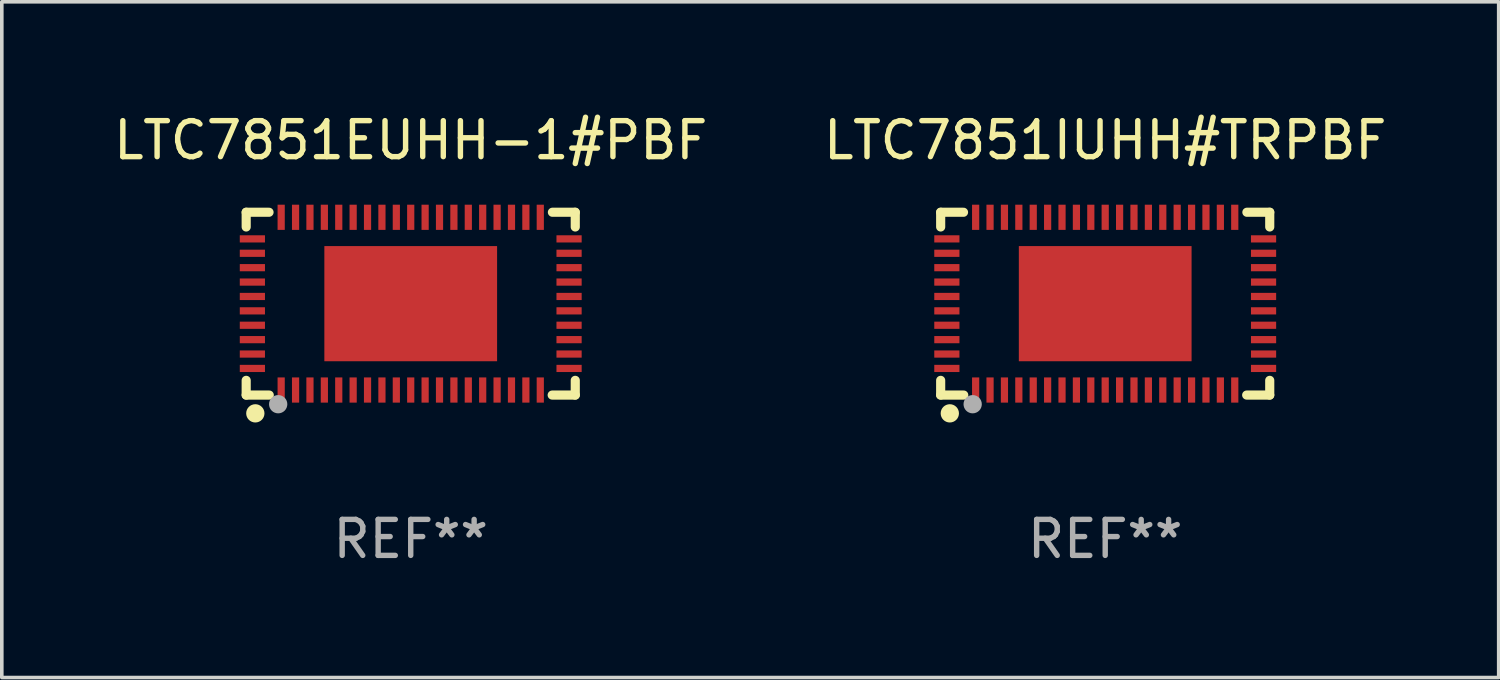
<source format=kicad_pcb>
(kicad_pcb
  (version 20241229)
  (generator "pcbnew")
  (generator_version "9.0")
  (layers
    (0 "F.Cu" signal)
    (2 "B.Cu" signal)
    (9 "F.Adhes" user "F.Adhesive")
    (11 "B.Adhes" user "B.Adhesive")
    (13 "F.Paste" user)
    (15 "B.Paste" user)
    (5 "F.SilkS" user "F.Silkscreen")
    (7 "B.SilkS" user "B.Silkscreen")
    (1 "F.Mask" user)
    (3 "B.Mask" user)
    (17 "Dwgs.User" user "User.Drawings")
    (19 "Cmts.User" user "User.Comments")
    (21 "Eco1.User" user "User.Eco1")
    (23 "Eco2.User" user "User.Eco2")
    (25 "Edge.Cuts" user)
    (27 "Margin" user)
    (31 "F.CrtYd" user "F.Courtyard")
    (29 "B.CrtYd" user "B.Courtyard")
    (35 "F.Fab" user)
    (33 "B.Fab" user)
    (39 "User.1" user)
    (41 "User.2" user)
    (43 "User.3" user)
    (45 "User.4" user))
  (footprint "LTC7851EUHH-1#PBF"
    (layer "F.Cu")
    (at 8.363 5.388)
    (property "Reference" "LTC7851EUHH-1#PBF" (at 0 -4.54 0) (layer "F.SilkS") (effects (font (size 1 1) (thickness 0.15))))
    (attr through_hole)
    (fp_line (start -4.572 -2.54) (end -4.572 -2.131) (stroke (width 0.254) (type solid)) (layer "F.SilkS"))
    (fp_line (start -4.572 2.131) (end -4.572 2.54) (stroke (width 0.254) (type solid)) (layer "F.SilkS"))
    (fp_line (start -4.572 2.54) (end -3.931 2.54) (stroke (width 0.254) (type solid)) (layer "F.SilkS"))
    (fp_line (start -3.937 -2.54) (end -4.572 -2.54) (stroke (width 0.254) (type solid)) (layer "F.SilkS"))
    (fp_line (start 3.931 2.54) (end 4.572 2.54) (stroke (width 0.254) (type solid)) (layer "F.SilkS"))
    (fp_line (start 4.572 -2.54) (end 3.937 -2.54) (stroke (width 0.254) (type solid)) (layer "F.SilkS"))
    (fp_line (start 4.572 -2.131) (end 4.572 -2.54) (stroke (width 0.254) (type solid)) (layer "F.SilkS"))
    (fp_line (start 4.572 2.54) (end 4.572 2.131) (stroke (width 0.254) (type solid)) (layer "F.SilkS"))
    (fp_circle (center -4.501 2.501) (end -4.471 2.501) (stroke (width 0.06) (type solid)) (fill no) (layer "F.SilkS"))
    (fp_circle (center -4.318 3.048) (end -4.191 3.048) (stroke (width 0.254) (type solid)) (fill no) (layer "F.SilkS"))
    (fp_circle (center -3.683 2.794) (end -3.556 2.794) (stroke (width 0.254) (type solid)) (fill no) (layer "F.Fab"))
    (fp_text user "REF**" (at 0 6.54 0) (layer "F.Fab") (effects (font (size 1 1) (thickness 0.15))))
    (pad "1" smd rect (at -3.6 2.4) (size 0.2 0.7) (layers "F.Cu" "F.Mask" "F.Paste"))
    (pad "2" smd rect (at -3.2 2.4) (size 0.2 0.7) (layers "F.Cu" "F.Mask" "F.Paste"))
    (pad "3" smd rect (at -2.8 2.4) (size 0.2 0.7) (layers "F.Cu" "F.Mask" "F.Paste"))
    (pad "4" smd rect (at -2.4 2.4) (size 0.2 0.7) (layers "F.Cu" "F.Mask" "F.Paste"))
    (pad "5" smd rect (at -2 2.4) (size 0.2 0.7) (layers "F.Cu" "F.Mask" "F.Paste"))
    (pad "6" smd rect (at -1.6 2.4) (size 0.2 0.7) (layers "F.Cu" "F.Mask" "F.Paste"))
    (pad "7" smd rect (at -1.2 2.4) (size 0.2 0.7) (layers "F.Cu" "F.Mask" "F.Paste"))
    (pad "8" smd rect (at -0.8 2.4) (size 0.2 0.7) (layers "F.Cu" "F.Mask" "F.Paste"))
    (pad "9" smd rect (at -0.4 2.4) (size 0.2 0.7) (layers "F.Cu" "F.Mask" "F.Paste"))
    (pad "10" smd rect (at -0.000076 2.4) (size 0.2 0.7) (layers "F.Cu" "F.Mask" "F.Paste"))
    (pad "11" smd rect (at 0.4 2.4) (size 0.2 0.7) (layers "F.Cu" "F.Mask" "F.Paste"))
    (pad "12" smd rect (at 0.8 2.4) (size 0.2 0.7) (layers "F.Cu" "F.Mask" "F.Paste"))
    (pad "13" smd rect (at 1.2 2.4) (size 0.2 0.7) (layers "F.Cu" "F.Mask" "F.Paste"))
    (pad "14" smd rect (at 1.6 2.4) (size 0.2 0.7) (layers "F.Cu" "F.Mask" "F.Paste"))
    (pad "15" smd rect (at 2 2.4) (size 0.2 0.7) (layers "F.Cu" "F.Mask" "F.Paste"))
    (pad "16" smd rect (at 2.4 2.4) (size 0.2 0.7) (layers "F.Cu" "F.Mask" "F.Paste"))
    (pad "17" smd rect (at 2.8 2.4) (size 0.2 0.7) (layers "F.Cu" "F.Mask" "F.Paste"))
    (pad "18" smd rect (at 3.2 2.4) (size 0.2 0.7) (layers "F.Cu" "F.Mask" "F.Paste"))
    (pad "19" smd rect (at 3.6 2.4) (size 0.2 0.7) (layers "F.Cu" "F.Mask" "F.Paste"))
    (pad "20" smd rect (at 4.4 1.8 90) (size 0.2 0.7) (layers "F.Cu" "F.Mask" "F.Paste"))
    (pad "21" smd rect (at 4.4 1.4 90) (size 0.2 0.7) (layers "F.Cu" "F.Mask" "F.Paste"))
    (pad "22" smd rect (at 4.4 1 90) (size 0.2 0.7) (layers "F.Cu" "F.Mask" "F.Paste"))
    (pad "23" smd rect (at 4.4 0.6 90) (size 0.2 0.7) (layers "F.Cu" "F.Mask" "F.Paste"))
    (pad "24" smd rect (at 4.4 0.2 90) (size 0.2 0.7) (layers "F.Cu" "F.Mask" "F.Paste"))
    (pad "25" smd rect (at 4.4 -0.2 90) (size 0.2 0.7) (layers "F.Cu" "F.Mask" "F.Paste"))
    (pad "26" smd rect (at 4.4 -0.6 90) (size 0.2 0.7) (layers "F.Cu" "F.Mask" "F.Paste"))
    (pad "27" smd rect (at 4.4 -1 90) (size 0.2 0.7) (layers "F.Cu" "F.Mask" "F.Paste"))
    (pad "28" smd rect (at 4.4 -1.4 90) (size 0.2 0.7) (layers "F.Cu" "F.Mask" "F.Paste"))
    (pad "29" smd rect (at 4.4 -1.8 90) (size 0.2 0.7) (layers "F.Cu" "F.Mask" "F.Paste"))
    (pad "30" smd rect (at 3.6 -2.4 180) (size 0.2 0.7) (layers "F.Cu" "F.Mask" "F.Paste"))
    (pad "31" smd rect (at 3.2 -2.4 180) (size 0.2 0.7) (layers "F.Cu" "F.Mask" "F.Paste"))
    (pad "32" smd rect (at 2.8 -2.4 180) (size 0.2 0.7) (layers "F.Cu" "F.Mask" "F.Paste"))
    (pad "33" smd rect (at 2.4 -2.4 180) (size 0.2 0.7) (layers "F.Cu" "F.Mask" "F.Paste"))
    (pad "34" smd rect (at 2 -2.4 180) (size 0.2 0.7) (layers "F.Cu" "F.Mask" "F.Paste"))
    (pad "35" smd rect (at 1.6 -2.4 180) (size 0.2 0.7) (layers "F.Cu" "F.Mask" "F.Paste"))
    (pad "36" smd rect (at 1.2 -2.4 180) (size 0.2 0.7) (layers "F.Cu" "F.Mask" "F.Paste"))
    (pad "37" smd rect (at 0.8 -2.4 180) (size 0.2 0.7) (layers "F.Cu" "F.Mask" "F.Paste"))
    (pad "38" smd rect (at 0.4 -2.4 180) (size 0.2 0.7) (layers "F.Cu" "F.Mask" "F.Paste"))
    (pad "39" smd rect (at -0.000076 -2.4 180) (size 0.2 0.7) (layers "F.Cu" "F.Mask" "F.Paste"))
    (pad "40" smd rect (at -0.4 -2.4 180) (size 0.2 0.7) (layers "F.Cu" "F.Mask" "F.Paste"))
    (pad "41" smd rect (at -0.8 -2.4 180) (size 0.2 0.7) (layers "F.Cu" "F.Mask" "F.Paste"))
    (pad "42" smd rect (at -1.2 -2.4 180) (size 0.2 0.7) (layers "F.Cu" "F.Mask" "F.Paste"))
    (pad "43" smd rect (at -1.6 -2.4 180) (size 0.2 0.7) (layers "F.Cu" "F.Mask" "F.Paste"))
    (pad "44" smd rect (at -2 -2.4 180) (size 0.2 0.7) (layers "F.Cu" "F.Mask" "F.Paste"))
    (pad "45" smd rect (at -2.4 -2.4 180) (size 0.2 0.7) (layers "F.Cu" "F.Mask" "F.Paste"))
    (pad "46" smd rect (at -2.8 -2.4 180) (size 0.2 0.7) (layers "F.Cu" "F.Mask" "F.Paste"))
    (pad "47" smd rect (at -3.2 -2.4 180) (size 0.2 0.7) (layers "F.Cu" "F.Mask" "F.Paste"))
    (pad "48" smd rect (at -3.6 -2.4 180) (size 0.2 0.7) (layers "F.Cu" "F.Mask" "F.Paste"))
    (pad "49" smd rect (at -4.4 -1.8 270) (size 0.2 0.7) (layers "F.Cu" "F.Mask" "F.Paste"))
    (pad "50" smd rect (at -4.4 -1.4 270) (size 0.2 0.7) (layers "F.Cu" "F.Mask" "F.Paste"))
    (pad "51" smd rect (at -4.4 -1 270) (size 0.2 0.7) (layers "F.Cu" "F.Mask" "F.Paste"))
    (pad "52" smd rect (at -4.4 -0.6 270) (size 0.2 0.7) (layers "F.Cu" "F.Mask" "F.Paste"))
    (pad "53" smd rect (at -4.4 -0.2 270) (size 0.2 0.7) (layers "F.Cu" "F.Mask" "F.Paste"))
    (pad "54" smd rect (at -4.4 0.2 270) (size 0.2 0.7) (layers "F.Cu" "F.Mask" "F.Paste"))
    (pad "55" smd rect (at -4.4 0.6 270) (size 0.2 0.7) (layers "F.Cu" "F.Mask" "F.Paste"))
    (pad "56" smd rect (at -4.4 1 270) (size 0.2 0.7) (layers "F.Cu" "F.Mask" "F.Paste"))
    (pad "57" smd rect (at -4.4 1.4 270) (size 0.2 0.7) (layers "F.Cu" "F.Mask" "F.Paste"))
    (pad "58" smd rect (at -4.4 1.8 270) (size 0.2 0.7) (layers "F.Cu" "F.Mask" "F.Paste"))
    (pad "59" smd rect (at -0.000076 0.000051 270) (size 3.2 4.8) (layers "F.Cu" "F.Mask" "F.Paste")))
  (footprint "LTC7851IUHH#TRPBF"
    (layer "F.Cu")
    (at 27.661 5.388)
    (property "Reference" "LTC7851IUHH#TRPBF" (at 0 -4.54 0) (layer "F.SilkS") (effects (font (size 1 1) (thickness 0.15))))
    (attr through_hole)
    (fp_line (start -4.572 -2.54) (end -4.572 -2.131) (stroke (width 0.254) (type solid)) (layer "F.SilkS"))
    (fp_line (start -4.572 2.131) (end -4.572 2.54) (stroke (width 0.254) (type solid)) (layer "F.SilkS"))
    (fp_line (start -4.572 2.54) (end -3.931 2.54) (stroke (width 0.254) (type solid)) (layer "F.SilkS"))
    (fp_line (start -3.937 -2.54) (end -4.572 -2.54) (stroke (width 0.254) (type solid)) (layer "F.SilkS"))
    (fp_line (start 3.931 2.54) (end 4.572 2.54) (stroke (width 0.254) (type solid)) (layer "F.SilkS"))
    (fp_line (start 4.572 -2.54) (end 3.937 -2.54) (stroke (width 0.254) (type solid)) (layer "F.SilkS"))
    (fp_line (start 4.572 -2.131) (end 4.572 -2.54) (stroke (width 0.254) (type solid)) (layer "F.SilkS"))
    (fp_line (start 4.572 2.54) (end 4.572 2.131) (stroke (width 0.254) (type solid)) (layer "F.SilkS"))
    (fp_circle (center -4.501 2.501) (end -4.471 2.501) (stroke (width 0.06) (type solid)) (fill no) (layer "F.SilkS"))
    (fp_circle (center -4.318 3.048) (end -4.191 3.048) (stroke (width 0.254) (type solid)) (fill no) (layer "F.SilkS"))
    (fp_circle (center -3.683 2.794) (end -3.556 2.794) (stroke (width 0.254) (type solid)) (fill no) (layer "F.Fab"))
    (fp_text user "REF**" (at 0 6.54 0) (layer "F.Fab") (effects (font (size 1 1) (thickness 0.15))))
    (pad "1" smd rect (at -3.6 2.4) (size 0.2 0.7) (layers "F.Cu" "F.Mask" "F.Paste"))
    (pad "2" smd rect (at -3.2 2.4) (size 0.2 0.7) (layers "F.Cu" "F.Mask" "F.Paste"))
    (pad "3" smd rect (at -2.8 2.4) (size 0.2 0.7) (layers "F.Cu" "F.Mask" "F.Paste"))
    (pad "4" smd rect (at -2.4 2.4) (size 0.2 0.7) (layers "F.Cu" "F.Mask" "F.Paste"))
    (pad "5" smd rect (at -2 2.4) (size 0.2 0.7) (layers "F.Cu" "F.Mask" "F.Paste"))
    (pad "6" smd rect (at -1.6 2.4) (size 0.2 0.7) (layers "F.Cu" "F.Mask" "F.Paste"))
    (pad "7" smd rect (at -1.2 2.4) (size 0.2 0.7) (layers "F.Cu" "F.Mask" "F.Paste"))
    (pad "8" smd rect (at -0.8 2.4) (size 0.2 0.7) (layers "F.Cu" "F.Mask" "F.Paste"))
    (pad "9" smd rect (at -0.4 2.4) (size 0.2 0.7) (layers "F.Cu" "F.Mask" "F.Paste"))
    (pad "10" smd rect (at -0.000076 2.4) (size 0.2 0.7) (layers "F.Cu" "F.Mask" "F.Paste"))
    (pad "11" smd rect (at 0.4 2.4) (size 0.2 0.7) (layers "F.Cu" "F.Mask" "F.Paste"))
    (pad "12" smd rect (at 0.8 2.4) (size 0.2 0.7) (layers "F.Cu" "F.Mask" "F.Paste"))
    (pad "13" smd rect (at 1.2 2.4) (size 0.2 0.7) (layers "F.Cu" "F.Mask" "F.Paste"))
    (pad "14" smd rect (at 1.6 2.4) (size 0.2 0.7) (layers "F.Cu" "F.Mask" "F.Paste"))
    (pad "15" smd rect (at 2 2.4) (size 0.2 0.7) (layers "F.Cu" "F.Mask" "F.Paste"))
    (pad "16" smd rect (at 2.4 2.4) (size 0.2 0.7) (layers "F.Cu" "F.Mask" "F.Paste"))
    (pad "17" smd rect (at 2.8 2.4) (size 0.2 0.7) (layers "F.Cu" "F.Mask" "F.Paste"))
    (pad "18" smd rect (at 3.2 2.4) (size 0.2 0.7) (layers "F.Cu" "F.Mask" "F.Paste"))
    (pad "19" smd rect (at 3.6 2.4) (size 0.2 0.7) (layers "F.Cu" "F.Mask" "F.Paste"))
    (pad "20" smd rect (at 4.4 1.8 90) (size 0.2 0.7) (layers "F.Cu" "F.Mask" "F.Paste"))
    (pad "21" smd rect (at 4.4 1.4 90) (size 0.2 0.7) (layers "F.Cu" "F.Mask" "F.Paste"))
    (pad "22" smd rect (at 4.4 1 90) (size 0.2 0.7) (layers "F.Cu" "F.Mask" "F.Paste"))
    (pad "23" smd rect (at 4.4 0.6 90) (size 0.2 0.7) (layers "F.Cu" "F.Mask" "F.Paste"))
    (pad "24" smd rect (at 4.4 0.2 90) (size 0.2 0.7) (layers "F.Cu" "F.Mask" "F.Paste"))
    (pad "25" smd rect (at 4.4 -0.2 90) (size 0.2 0.7) (layers "F.Cu" "F.Mask" "F.Paste"))
    (pad "26" smd rect (at 4.4 -0.6 90) (size 0.2 0.7) (layers "F.Cu" "F.Mask" "F.Paste"))
    (pad "27" smd rect (at 4.4 -1 90) (size 0.2 0.7) (layers "F.Cu" "F.Mask" "F.Paste"))
    (pad "28" smd rect (at 4.4 -1.4 90) (size 0.2 0.7) (layers "F.Cu" "F.Mask" "F.Paste"))
    (pad "29" smd rect (at 4.4 -1.8 90) (size 0.2 0.7) (layers "F.Cu" "F.Mask" "F.Paste"))
    (pad "30" smd rect (at 3.6 -2.4 180) (size 0.2 0.7) (layers "F.Cu" "F.Mask" "F.Paste"))
    (pad "31" smd rect (at 3.2 -2.4 180) (size 0.2 0.7) (layers "F.Cu" "F.Mask" "F.Paste"))
    (pad "32" smd rect (at 2.8 -2.4 180) (size 0.2 0.7) (layers "F.Cu" "F.Mask" "F.Paste"))
    (pad "33" smd rect (at 2.4 -2.4 180) (size 0.2 0.7) (layers "F.Cu" "F.Mask" "F.Paste"))
    (pad "34" smd rect (at 2 -2.4 180) (size 0.2 0.7) (layers "F.Cu" "F.Mask" "F.Paste"))
    (pad "35" smd rect (at 1.6 -2.4 180) (size 0.2 0.7) (layers "F.Cu" "F.Mask" "F.Paste"))
    (pad "36" smd rect (at 1.2 -2.4 180) (size 0.2 0.7) (layers "F.Cu" "F.Mask" "F.Paste"))
    (pad "37" smd rect (at 0.8 -2.4 180) (size 0.2 0.7) (layers "F.Cu" "F.Mask" "F.Paste"))
    (pad "38" smd rect (at 0.4 -2.4 180) (size 0.2 0.7) (layers "F.Cu" "F.Mask" "F.Paste"))
    (pad "39" smd rect (at -0.000076 -2.4 180) (size 0.2 0.7) (layers "F.Cu" "F.Mask" "F.Paste"))
    (pad "40" smd rect (at -0.4 -2.4 180) (size 0.2 0.7) (layers "F.Cu" "F.Mask" "F.Paste"))
    (pad "41" smd rect (at -0.8 -2.4 180) (size 0.2 0.7) (layers "F.Cu" "F.Mask" "F.Paste"))
    (pad "42" smd rect (at -1.2 -2.4 180) (size 0.2 0.7) (layers "F.Cu" "F.Mask" "F.Paste"))
    (pad "43" smd rect (at -1.6 -2.4 180) (size 0.2 0.7) (layers "F.Cu" "F.Mask" "F.Paste"))
    (pad "44" smd rect (at -2 -2.4 180) (size 0.2 0.7) (layers "F.Cu" "F.Mask" "F.Paste"))
    (pad "45" smd rect (at -2.4 -2.4 180) (size 0.2 0.7) (layers "F.Cu" "F.Mask" "F.Paste"))
    (pad "46" smd rect (at -2.8 -2.4 180) (size 0.2 0.7) (layers "F.Cu" "F.Mask" "F.Paste"))
    (pad "47" smd rect (at -3.2 -2.4 180) (size 0.2 0.7) (layers "F.Cu" "F.Mask" "F.Paste"))
    (pad "48" smd rect (at -3.6 -2.4 180) (size 0.2 0.7) (layers "F.Cu" "F.Mask" "F.Paste"))
    (pad "49" smd rect (at -4.4 -1.8 270) (size 0.2 0.7) (layers "F.Cu" "F.Mask" "F.Paste"))
    (pad "50" smd rect (at -4.4 -1.4 270) (size 0.2 0.7) (layers "F.Cu" "F.Mask" "F.Paste"))
    (pad "51" smd rect (at -4.4 -1 270) (size 0.2 0.7) (layers "F.Cu" "F.Mask" "F.Paste"))
    (pad "52" smd rect (at -4.4 -0.6 270) (size 0.2 0.7) (layers "F.Cu" "F.Mask" "F.Paste"))
    (pad "53" smd rect (at -4.4 -0.2 270) (size 0.2 0.7) (layers "F.Cu" "F.Mask" "F.Paste"))
    (pad "54" smd rect (at -4.4 0.2 270) (size 0.2 0.7) (layers "F.Cu" "F.Mask" "F.Paste"))
    (pad "55" smd rect (at -4.4 0.6 270) (size 0.2 0.7) (layers "F.Cu" "F.Mask" "F.Paste"))
    (pad "56" smd rect (at -4.4 1 270) (size 0.2 0.7) (layers "F.Cu" "F.Mask" "F.Paste"))
    (pad "57" smd rect (at -4.4 1.4 270) (size 0.2 0.7) (layers "F.Cu" "F.Mask" "F.Paste"))
    (pad "58" smd rect (at -4.4 1.8 270) (size 0.2 0.7) (layers "F.Cu" "F.Mask" "F.Paste"))
    (pad "59" smd rect (at -0.000076 0.000051 270) (size 3.2 4.8) (layers "F.Cu" "F.Mask" "F.Paste")))
  (gr_rect
    (start -3 -3)
    (end 38.595 15.777)
    (stroke (width 0.1) (type default))
    (fill no)
    (layer "Edge.Cuts")))
</source>
